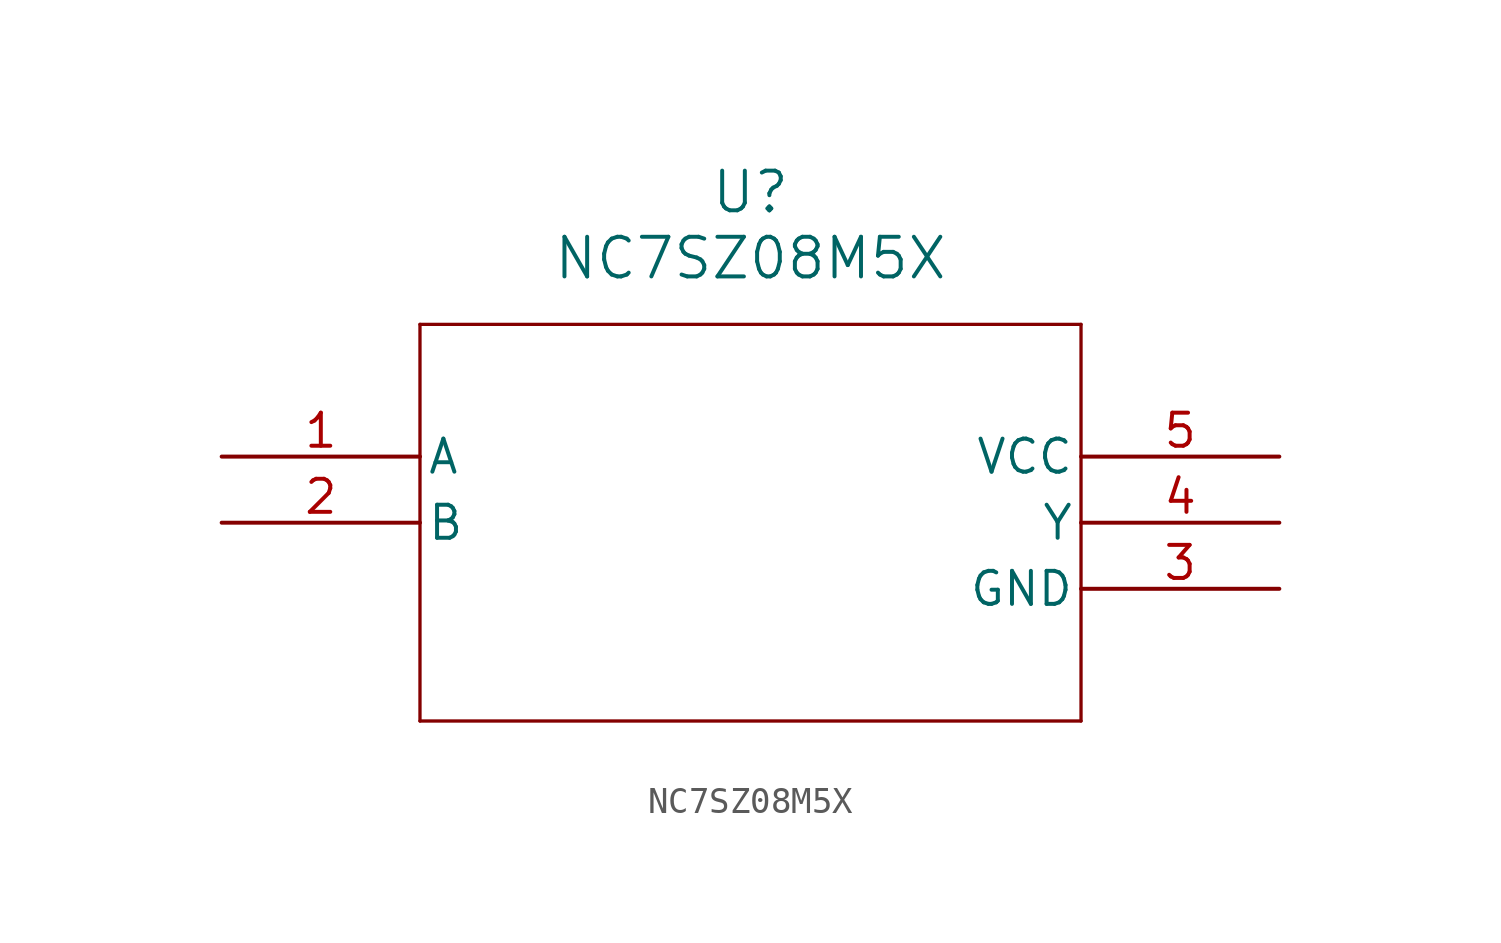
<source format=kicad_sym>
(kicad_symbol_lib
  (version 20211014)
  (generator kicad_symbol_editor)
  (symbol "NC7SZ08M5X"
    (pin_names
      (offset 0.254))
    (property "Reference" "U"
      (at 20.32 10.16 0)
      (effects (font (size 1.524 1.524))))
    (property "Value" "NC7SZ08M5X"
      (at 20.32 7.62 0)
      (effects (font (size 1.524 1.524))))
    (symbol "NC7SZ08M5X_0_1"
      (polyline (pts (xy 7.62 5.08) (xy 7.62 -10.16)) (stroke (width 0.127) (type default) (color 0 0 0 0)) (fill (type none)))
      (polyline (pts (xy 7.62 -10.16) (xy 33.02 -10.16)) (stroke (width 0.127) (type default) (color 0 0 0 0)) (fill (type none)))
      (polyline (pts (xy 33.02 -10.16) (xy 33.02 5.08)) (stroke (width 0.127) (type default) (color 0 0 0 0)) (fill (type none)))
      (polyline (pts (xy 33.02 5.08) (xy 7.62 5.08)) (stroke (width 0.127) (type default) (color 0 0 0 0)) (fill (type none)))
      (pin input line (at 0 0 0) (length 7.62) (name "A" (effects (font (size 1.27 1.27)))) (number "1" (effects (font (size 1.27 1.27)))))
      (pin input line (at 0 -2.54 0) (length 7.62) (name "B" (effects (font (size 1.27 1.27)))) (number "2" (effects (font (size 1.27 1.27)))))
      (pin power_in line (at 40.64 -5.08 180) (length 7.62) (name "GND" (effects (font (size 1.27 1.27)))) (number "3" (effects (font (size 1.27 1.27)))))
      (pin output line (at 40.64 -2.54 180) (length 7.62) (name "Y" (effects (font (size 1.27 1.27)))) (number "4" (effects (font (size 1.27 1.27)))))
      (pin power_in line (at 40.64 0 180) (length 7.62) (name "VCC" (effects (font (size 1.27 1.27)))) (number "5" (effects (font (size 1.27 1.27))))))))
</source>
